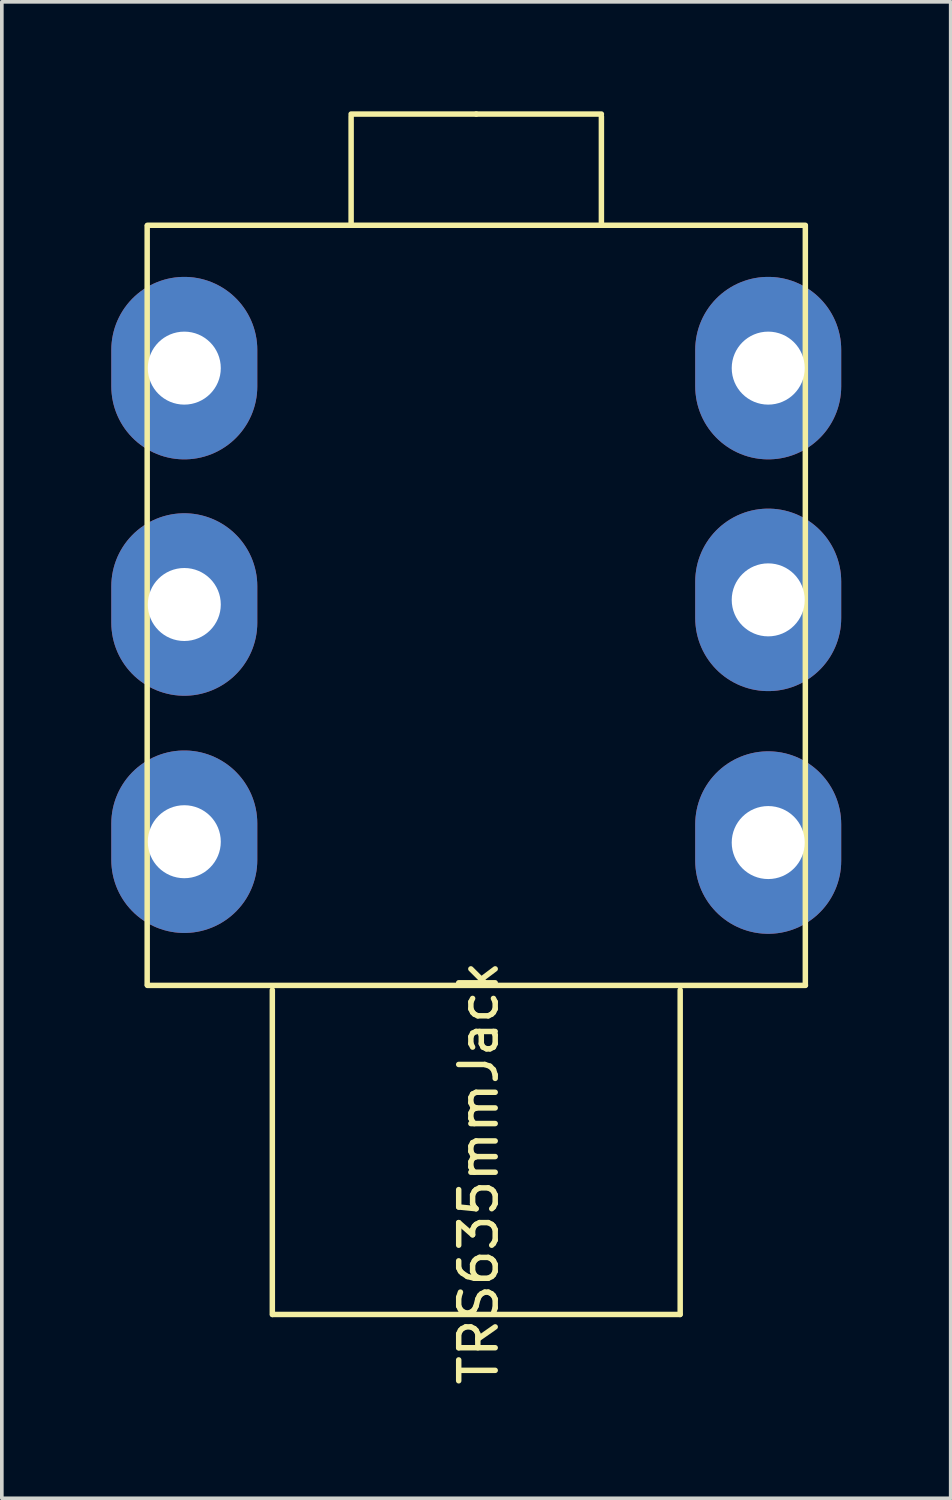
<source format=kicad_pcb>
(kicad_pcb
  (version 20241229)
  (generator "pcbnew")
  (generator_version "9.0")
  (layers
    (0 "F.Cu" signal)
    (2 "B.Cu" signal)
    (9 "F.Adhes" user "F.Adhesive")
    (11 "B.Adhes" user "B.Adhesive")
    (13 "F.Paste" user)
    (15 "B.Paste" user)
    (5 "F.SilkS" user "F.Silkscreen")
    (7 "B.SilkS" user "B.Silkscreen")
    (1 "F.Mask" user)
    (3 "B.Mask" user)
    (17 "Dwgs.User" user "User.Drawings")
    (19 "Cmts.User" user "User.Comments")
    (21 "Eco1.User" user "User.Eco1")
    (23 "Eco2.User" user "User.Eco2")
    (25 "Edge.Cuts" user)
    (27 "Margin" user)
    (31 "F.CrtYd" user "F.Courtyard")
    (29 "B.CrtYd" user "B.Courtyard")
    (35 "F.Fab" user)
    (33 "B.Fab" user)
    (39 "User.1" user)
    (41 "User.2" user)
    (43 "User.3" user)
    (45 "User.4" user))
  (footprint "TRS635mmJack"
    (layer "F.Cu")
    (at 10 13.537)
    (property "Reference" "TRS635mmJack" (at 0.064 15.557 90) (layer "F.SilkS") (effects (font (size 1 1) (thickness 0.15))))
    (attr through_hole)
    (fp_line (start -9.017 -10.4) (end -9.017 10.4) (stroke (width 0.15) (type solid)) (layer "F.SilkS"))
    (fp_line (start -9.01 -10.414) (end 9.017 -10.414) (stroke (width 0.15) (type solid)) (layer "F.SilkS"))
    (fp_line (start -9.01 10.414) (end 9.02 10.414) (stroke (width 0.15) (type solid)) (layer "F.SilkS"))
    (fp_line (start -5.588 10.541) (end -5.588 19.431) (stroke (width 0.15) (type solid)) (layer "F.SilkS"))
    (fp_line (start -5.58 19.431) (end 5.58 19.431) (stroke (width 0.15) (type solid)) (layer "F.SilkS"))
    (fp_line (start -3.429 -13.4) (end -3.429 -10.414) (stroke (width 0.15) (type solid)) (layer "F.SilkS"))
    (fp_line (start 0 -13.462) (end -3.429 -13.462) (stroke (width 0.15) (type solid)) (layer "F.SilkS"))
    (fp_line (start 0 -13.462) (end 3.429 -13.462) (stroke (width 0.15) (type solid)) (layer "F.SilkS"))
    (fp_line (start 3.429 -13.4) (end 3.429 -10.414) (stroke (width 0.15) (type solid)) (layer "F.SilkS"))
    (fp_line (start 5.588 19.431) (end 5.588 10.541) (stroke (width 0.15) (type solid)) (layer "F.SilkS"))
    (fp_line (start 9.017 -10.4) (end 9.017 10.4) (stroke (width 0.15) (type solid)) (layer "F.SilkS"))
    (pad "1" thru_hole oval (at 8 -6.5) (size 4 5) (drill 2) (layers "*.Cu" "*.Mask"))
    (pad "2" thru_hole oval (at 8 -0.15) (size 4 5) (drill 2) (layers "*.Cu" "*.Mask"))
    (pad "3" thru_hole oval (at 8 6.5) (size 4 5) (drill 2) (layers "*.Cu" "*.Mask"))
    (pad "4" thru_hole oval (at -8 -6.5) (size 4 5) (drill 2) (layers "*.Cu" "*.Mask"))
    (pad "5" thru_hole oval (at -8 -0.023) (size 4 5) (drill 2) (layers "*.Cu" "*.Mask"))
    (pad "6" thru_hole oval (at -8 6.477) (size 4 5) (drill 2) (layers "*.Cu" "*.Mask")))
  (gr_rect
    (start -3 -3)
    (end 23 38.005)
    (stroke (width 0.1) (type default))
    (fill no)
    (layer "Edge.Cuts")))
</source>
